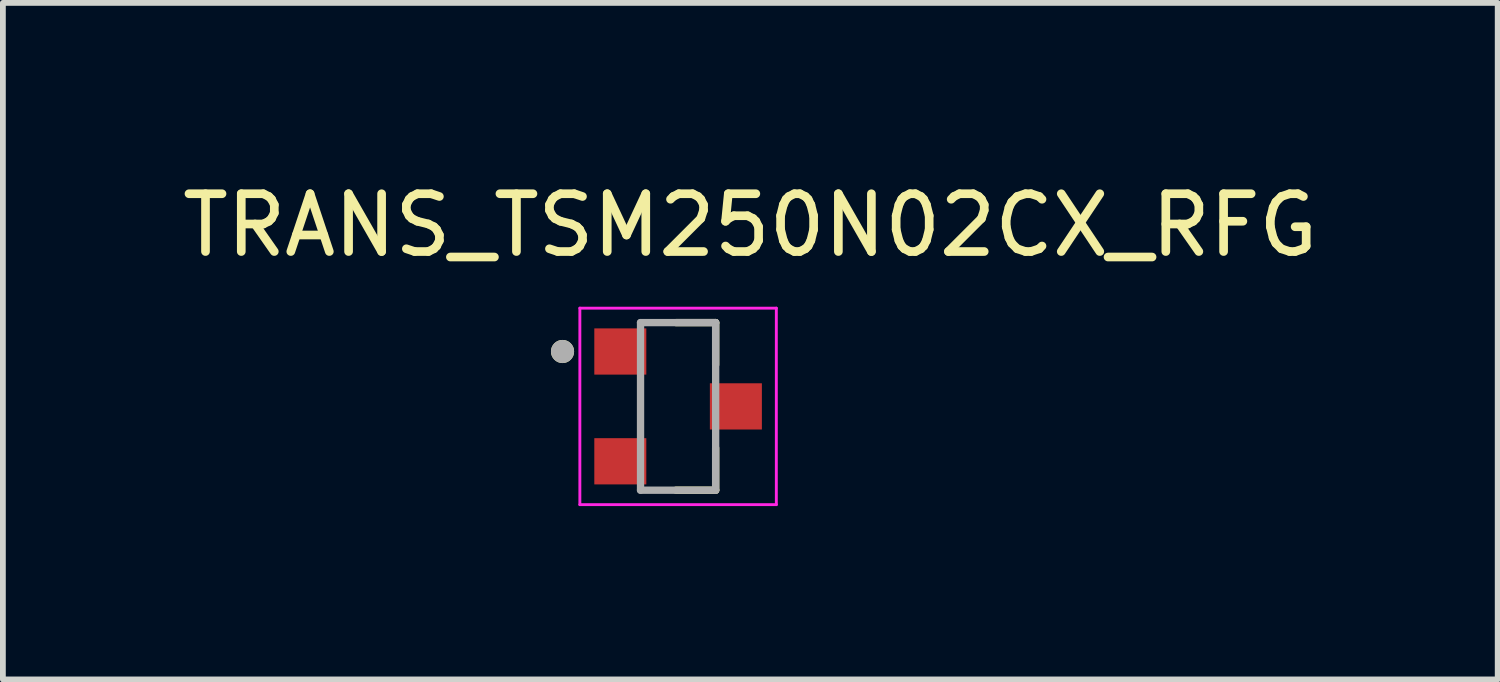
<source format=kicad_pcb>
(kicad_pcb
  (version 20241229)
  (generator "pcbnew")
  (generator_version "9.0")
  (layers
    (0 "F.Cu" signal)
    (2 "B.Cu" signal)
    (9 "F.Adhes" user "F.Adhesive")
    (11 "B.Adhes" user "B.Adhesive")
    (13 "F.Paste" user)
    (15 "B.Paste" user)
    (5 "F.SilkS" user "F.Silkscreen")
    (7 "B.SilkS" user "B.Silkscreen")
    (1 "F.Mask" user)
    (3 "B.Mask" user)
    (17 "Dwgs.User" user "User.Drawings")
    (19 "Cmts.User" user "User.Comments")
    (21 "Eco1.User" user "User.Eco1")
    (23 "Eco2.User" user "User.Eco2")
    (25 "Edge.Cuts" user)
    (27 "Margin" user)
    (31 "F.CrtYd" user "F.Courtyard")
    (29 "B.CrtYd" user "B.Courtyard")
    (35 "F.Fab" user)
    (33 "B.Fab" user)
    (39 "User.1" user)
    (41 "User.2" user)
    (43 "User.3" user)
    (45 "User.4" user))
  (footprint "TRANS_TSM250N02CX_RFG"
    (layer "F.Cu")
    (at 8.685 3.983)
    (property "Reference" "TRANS_TSM250N02CX_RFG" (at 1.25 -3.135 0) (layer "F.SilkS") (effects (font (size 1 1) (thickness 0.15))))
    (attr through_hole)
    (fp_line (start -0.035 1.45) (end 0.65 1.45) (stroke (width 0.127) (type solid)) (layer "F.SilkS"))
    (fp_line (start 0.65 -1.45) (end -0.035 -1.45) (stroke (width 0.127) (type solid)) (layer "F.SilkS"))
    (fp_line (start 0.65 -0.72) (end 0.65 -1.45) (stroke (width 0.127) (type solid)) (layer "F.SilkS"))
    (fp_line (start 0.65 1.45) (end 0.65 0.72) (stroke (width 0.127) (type solid)) (layer "F.SilkS"))
    (fp_circle (center -2 -0.95) (end -1.9 -0.95) (stroke (width 0.2) (type solid)) (fill no) (layer "F.SilkS"))
    (fp_line (start -1.7 -1.7) (end -1.7 1.7) (stroke (width 0.05) (type solid)) (layer "F.CrtYd"))
    (fp_line (start -1.7 1.7) (end 1.7 1.7) (stroke (width 0.05) (type solid)) (layer "F.CrtYd"))
    (fp_line (start 1.7 -1.7) (end -1.7 -1.7) (stroke (width 0.05) (type solid)) (layer "F.CrtYd"))
    (fp_line (start 1.7 1.7) (end 1.7 -1.7) (stroke (width 0.05) (type solid)) (layer "F.CrtYd"))
    (fp_line (start -0.65 -1.45) (end -0.65 1.45) (stroke (width 0.127) (type solid)) (layer "F.Fab"))
    (fp_line (start -0.65 1.45) (end 0.65 1.45) (stroke (width 0.127) (type solid)) (layer "F.Fab"))
    (fp_line (start 0.65 -1.45) (end -0.65 -1.45) (stroke (width 0.127) (type solid)) (layer "F.Fab"))
    (fp_line (start 0.65 1.45) (end 0.65 -1.45) (stroke (width 0.127) (type solid)) (layer "F.Fab"))
    (fp_circle (center -2 -0.95) (end -1.9 -0.95) (stroke (width 0.2) (type solid)) (fill no) (layer "F.Fab"))
    (pad "1" smd rect (at -1 -0.95) (size 0.9 0.8) (layers "F.Cu" "F.Mask" "F.Paste"))
    (pad "2" smd rect (at -1 0.95) (size 0.9 0.8) (layers "F.Cu" "F.Mask" "F.Paste"))
    (pad "3" smd rect (at 1 0) (size 0.9 0.8) (layers "F.Cu" "F.Mask" "F.Paste")))
  (gr_rect
    (start -3 -3)
    (end 22.869 8.708)
    (stroke (width 0.1) (type default))
    (fill no)
    (layer "Edge.Cuts")))
</source>
